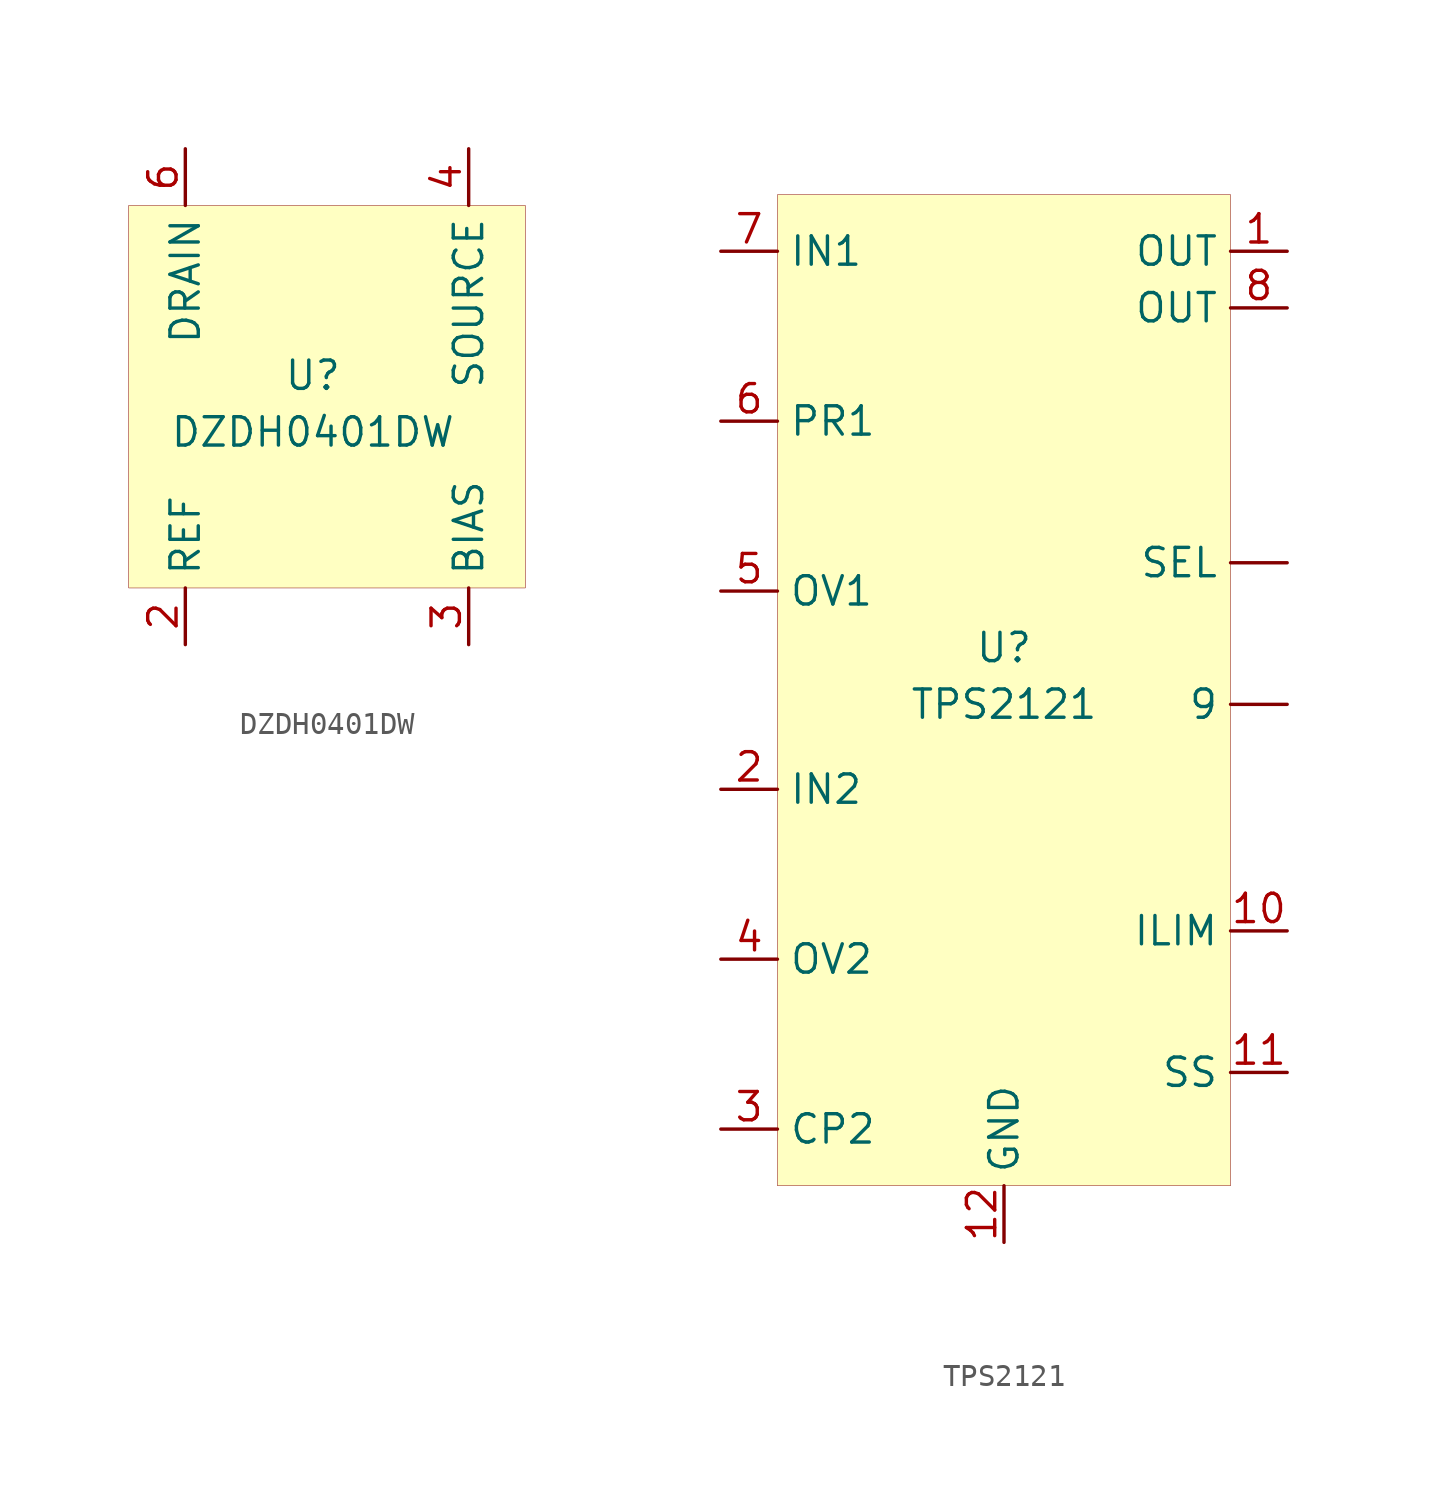
<source format=kicad_sym>
(kicad_symbol_lib
  (version 20201005)
  (generator kicad_symbol_editor)
  (symbol "j_Power_Management:DZDH0401DW"
    (property "Reference" "U"
      (at -1.27 0 0)
      (effects (font (size 1.27 1.27))))
    (property "Value" "DZDH0401DW"
      (at -1.27 -2.54 0)
      (effects (font (size 1.27 1.27))))
    (symbol "DZDH0401DW_0_1"
      (rectangle (start -9.525 7.62) (end 8.255 -9.525) (stroke (width 0.001)) (fill (type background))))
    (symbol "DZDH0401DW_1_1"
      (pin input line (at -6.985 -12.065 90) (length 2.54) (name "REF" (effects (font (size 1.27 1.27)))) (number "2" (effects (font (size 1.27 1.27)))))
      (pin output line (at 5.715 -12.065 90) (length 2.54) (name "BIAS" (effects (font (size 1.27 1.27)))) (number "3" (effects (font (size 1.27 1.27)))))
      (pin input line (at 5.715 10.16 270) (length 2.54) (name "SOURCE" (effects (font (size 1.27 1.27)))) (number "4" (effects (font (size 1.27 1.27)))))
      (pin input line (at -6.985 10.16 270) (length 2.54) (name "DRAIN" (effects (font (size 1.27 1.27)))) (number "6" (effects (font (size 1.27 1.27)))))))
  (symbol "j_Power_Management:TPS2121"
    (property "Reference" "U"
      (at 0 1.27 0)
      (effects (font (size 1.27 1.27))))
    (property "Value" "TPS2121"
      (at 0 -1.27 0)
      (effects (font (size 1.27 1.27))))
    (symbol "TPS2121_0_1"
      (rectangle (start -10.16 21.59) (end 10.16 -22.86) (stroke (width 0.001)) (fill (type background))))
    (symbol "TPS2121_1_1"
      (pin output line (at 12.7 -1.27 180) (length 2.54) (name "9" (effects (font (size 1.27 1.27)))) (number "" (effects (font (size 1.27 1.27)))))
      (pin input line (at 12.7 5.08 180) (length 2.54) (name "SEL" (effects (font (size 1.27 1.27)))) (number "" (effects (font (size 1.27 1.27)))))
      (pin power_out line (at 12.7 19.05 180) (length 2.54) (name "OUT" (effects (font (size 1.27 1.27)))) (number "1" (effects (font (size 1.27 1.27)))))
      (pin output line (at 12.7 -11.43 180) (length 2.54) (name "ILIM" (effects (font (size 1.27 1.27)))) (number "10" (effects (font (size 1.27 1.27)))))
      (pin output line (at 12.7 -17.78 180) (length 2.54) (name "SS" (effects (font (size 1.27 1.27)))) (number "11" (effects (font (size 1.27 1.27)))))
      (pin power_in line (at 0 -25.4 90) (length 2.54) (name "GND" (effects (font (size 1.27 1.27)))) (number "12" (effects (font (size 1.27 1.27)))))
      (pin power_in line (at -12.7 -5.08 0) (length 2.54) (name "IN2" (effects (font (size 1.27 1.27)))) (number "2" (effects (font (size 1.27 1.27)))))
      (pin input line (at -12.7 -20.32 0) (length 2.54) (name "CP2" (effects (font (size 1.27 1.27)))) (number "3" (effects (font (size 1.27 1.27)))))
      (pin input line (at -12.7 -12.7 0) (length 2.54) (name "OV2" (effects (font (size 1.27 1.27)))) (number "4" (effects (font (size 1.27 1.27)))))
      (pin input line (at -12.7 3.81 0) (length 2.54) (name "OV1" (effects (font (size 1.27 1.27)))) (number "5" (effects (font (size 1.27 1.27)))))
      (pin input line (at -12.7 11.43 0) (length 2.54) (name "PR1" (effects (font (size 1.27 1.27)))) (number "6" (effects (font (size 1.27 1.27)))))
      (pin power_in line (at -12.7 19.05 0) (length 2.54) (name "IN1" (effects (font (size 1.27 1.27)))) (number "7" (effects (font (size 1.27 1.27)))))
      (pin power_out line (at 12.7 16.51 180) (length 2.54) (name "OUT" (effects (font (size 1.27 1.27)))) (number "8" (effects (font (size 1.27 1.27))))))))
</source>
